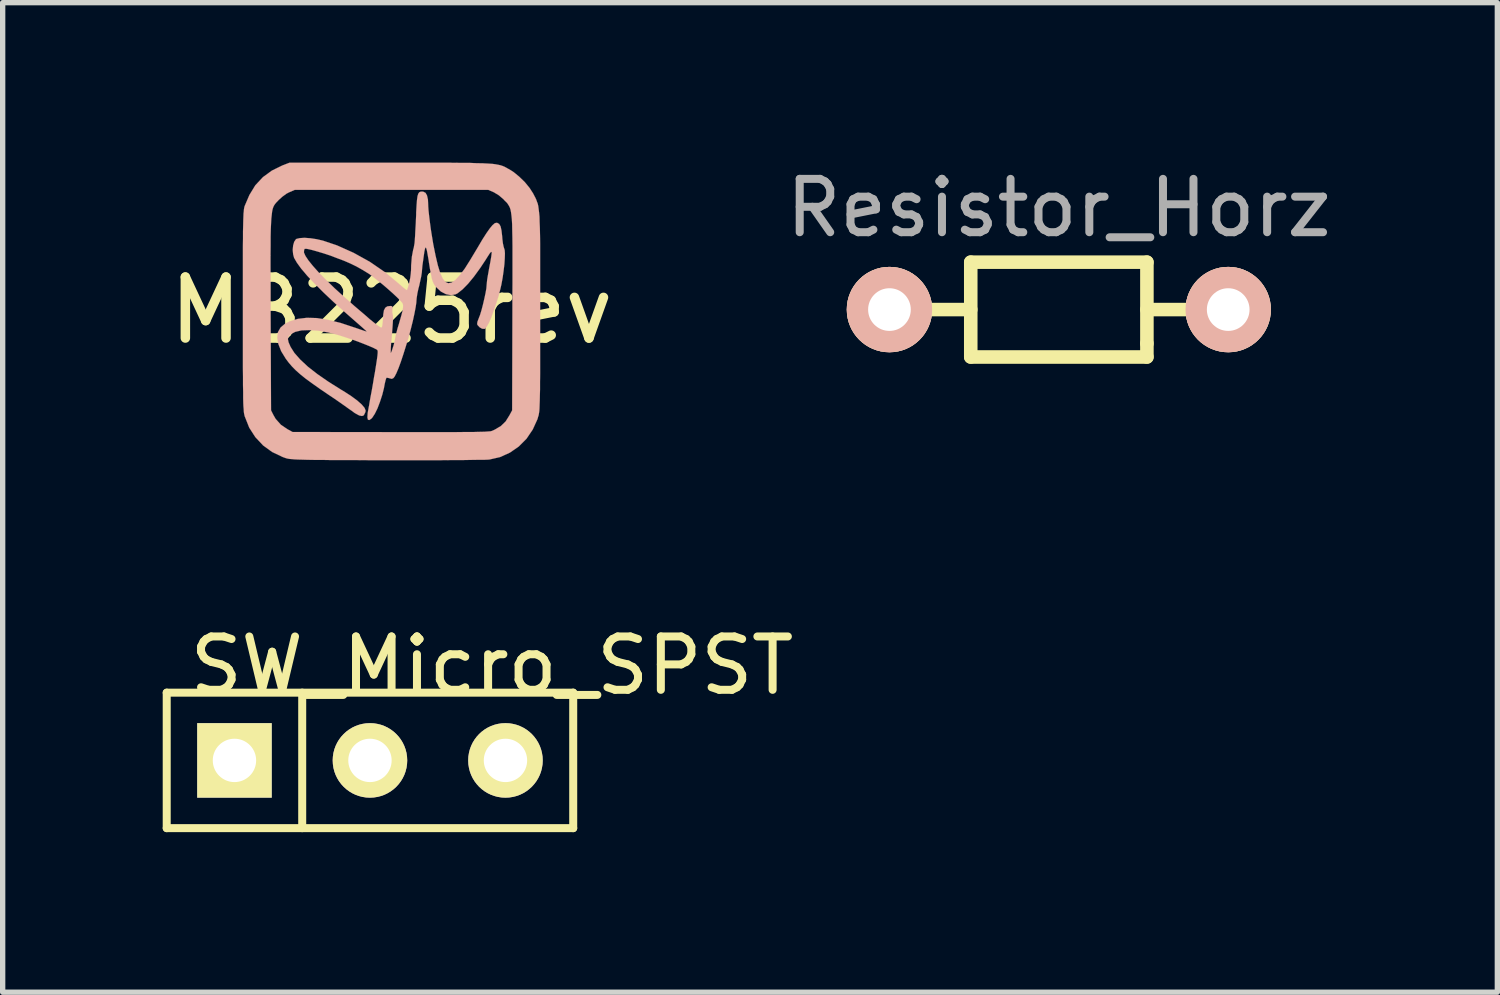
<source format=kicad_pcb>
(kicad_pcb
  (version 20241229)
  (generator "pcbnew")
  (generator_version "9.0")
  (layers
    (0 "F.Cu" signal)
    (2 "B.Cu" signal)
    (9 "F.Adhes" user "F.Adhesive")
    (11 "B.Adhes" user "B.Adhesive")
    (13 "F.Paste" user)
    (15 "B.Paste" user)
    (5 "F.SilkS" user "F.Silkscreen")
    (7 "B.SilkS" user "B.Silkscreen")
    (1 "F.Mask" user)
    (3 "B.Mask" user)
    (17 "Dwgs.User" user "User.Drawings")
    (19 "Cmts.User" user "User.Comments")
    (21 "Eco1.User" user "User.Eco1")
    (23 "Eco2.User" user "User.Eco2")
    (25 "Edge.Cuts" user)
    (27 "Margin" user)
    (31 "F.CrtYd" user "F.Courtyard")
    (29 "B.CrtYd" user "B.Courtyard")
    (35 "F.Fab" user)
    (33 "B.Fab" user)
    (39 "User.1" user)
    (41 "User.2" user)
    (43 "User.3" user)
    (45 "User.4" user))
  (footprint "SW_Micro_SPST"
    (layer "F.Cu")
    (at 3.885 11.204)
    (property "Reference" "SW_Micro_SPST" (at 2.286 -1.778 0) (layer "F.SilkS") (effects (font (size 1 1) (thickness 0.15))))
    (attr through_hole)
    (fp_line (start -3.81 -1.27) (end 3.81 -1.27) (stroke (width 0.15) (type solid)) (layer "F.SilkS"))
    (fp_line (start -3.81 1.27) (end -3.81 -1.27) (stroke (width 0.15) (type solid)) (layer "F.SilkS"))
    (fp_line (start -1.27 -1.27) (end -1.27 1.27) (stroke (width 0.15) (type solid)) (layer "F.SilkS"))
    (fp_line (start 3.81 -1.27) (end 3.81 1.27) (stroke (width 0.15) (type solid)) (layer "F.SilkS"))
    (fp_line (start 3.81 1.27) (end -3.81 1.27) (stroke (width 0.15) (type solid)) (layer "F.SilkS"))
    (pad "1" thru_hole rect (at -2.54 0) (size 1.397 1.397) (drill 0.813) (layers "*.Cu" "*.Mask" "F.SilkS"))
    (pad "2" thru_hole circle (at 0 0) (size 1.397 1.397) (drill 0.813) (layers "*.Cu" "*.Mask" "F.SilkS"))
    (pad "3" thru_hole circle (at 2.54 0) (size 1.397 1.397) (drill 0.813) (layers "*.Cu" "*.Mask" "F.SilkS")))
  (footprint "MB225rev"
    (layer "F.Cu")
    (at 4.289 2.767)
    (property "Reference" "MB225rev" (at 0 0 0) (layer "F.SilkS") (effects (font (size 1.143 1.143) (thickness 0.178))))
    (attr through_hole)
    (fp_poly (pts (xy -2.786 0.61) (xy -2.786 0.853) (xy -2.786 1.067) (xy -2.784 1.247) (xy -2.784 1.402) (xy -2.781 1.532) (xy -2.781 1.641) (xy -2.779 1.727) (xy -2.776 1.798) (xy -2.771 1.854) (xy -2.769 1.897) (xy -2.764 1.933) (xy -2.758 1.961) (xy -2.753 1.984) (xy -2.748 1.996) (xy -2.667 2.2) (xy -2.553 2.377) (xy -2.408 2.532) (xy -2.268 2.634) (xy -2.268 -0.81) (xy -2.268 -1.029) (xy -2.266 -1.217) (xy -2.266 -1.377) (xy -2.263 -1.511) (xy -2.258 -1.626) (xy -2.253 -1.717) (xy -2.245 -1.791) (xy -2.238 -1.852) (xy -2.228 -1.9) (xy -2.215 -1.938) (xy -2.2 -1.968) (xy -2.182 -1.994) (xy -2.162 -2.019) (xy -2.139 -2.042) (xy -2.113 -2.07) (xy -2.045 -2.131) (xy -1.968 -2.187) (xy -1.92 -2.212) (xy -1.814 -2.258) (xy 0 -2.258) (xy 1.814 -2.258) (xy 1.92 -2.212) (xy 2.012 -2.156) (xy 2.098 -2.083) (xy 2.116 -2.062) (xy 2.144 -2.035) (xy 2.167 -2.012) (xy 2.184 -1.986) (xy 2.202 -1.958) (xy 2.217 -1.928) (xy 2.23 -1.89) (xy 2.24 -1.841) (xy 2.248 -1.781) (xy 2.256 -1.704) (xy 2.261 -1.61) (xy 2.263 -1.496) (xy 2.266 -1.359) (xy 2.268 -1.199) (xy 2.268 -1.008) (xy 2.268 -0.787) (xy 2.268 -0.536) (xy 2.266 -0.246) (xy 2.266 0.053) (xy 2.261 1.875) (xy 2.212 1.966) (xy 2.139 2.083) (xy 2.05 2.169) (xy 1.933 2.238) (xy 1.875 2.263) (xy 1.854 2.268) (xy 1.811 2.271) (xy 1.742 2.276) (xy 1.651 2.278) (xy 1.534 2.281) (xy 1.387 2.281) (xy 1.209 2.283) (xy 1.001 2.283) (xy 0.757 2.283) (xy 0.478 2.283) (xy 0.16 2.283) (xy -0.02 2.283) (xy -1.854 2.281) (xy -1.948 2.23) (xy -2.073 2.146) (xy -2.172 2.035) (xy -2.212 1.966) (xy -2.258 1.875) (xy -2.266 0.051) (xy -2.266 -0.272) (xy -2.266 -0.559) (xy -2.268 -0.81) (xy -2.268 2.634) (xy -2.235 2.657) (xy -2.037 2.751) (xy -1.986 2.769) (xy -1.963 2.776) (xy -1.941 2.781) (xy -1.91 2.786) (xy -1.869 2.789) (xy -1.819 2.794) (xy -1.755 2.797) (xy -1.674 2.799) (xy -1.575 2.802) (xy -1.455 2.804) (xy -1.308 2.804) (xy -1.135 2.807) (xy -0.932 2.807) (xy -0.699 2.807) (xy -0.429 2.809) (xy -0.122 2.809) (xy -0.081 2.809) (xy 0.188 2.809) (xy 0.447 2.809) (xy 0.696 2.809) (xy 0.927 2.809) (xy 1.138 2.807) (xy 1.328 2.807) (xy 1.494 2.804) (xy 1.628 2.802) (xy 1.735 2.802) (xy 1.803 2.799) (xy 1.834 2.797) (xy 2.035 2.751) (xy 2.22 2.667) (xy 2.385 2.553) (xy 2.53 2.408) (xy 2.647 2.235) (xy 2.736 2.04) (xy 2.748 1.996) (xy 2.756 1.974) (xy 2.761 1.948) (xy 2.766 1.918) (xy 2.771 1.882) (xy 2.774 1.834) (xy 2.776 1.773) (xy 2.779 1.697) (xy 2.781 1.6) (xy 2.784 1.486) (xy 2.784 1.346) (xy 2.786 1.184) (xy 2.786 0.988) (xy 2.786 0.765) (xy 2.786 0.508) (xy 2.786 0.213) (xy 2.786 0.02) (xy 2.786 -0.302) (xy 2.786 -0.589) (xy 2.786 -0.841) (xy 2.786 -1.057) (xy 2.786 -1.245) (xy 2.784 -1.407) (xy 2.781 -1.544) (xy 2.776 -1.659) (xy 2.774 -1.755) (xy 2.766 -1.834) (xy 2.758 -1.9) (xy 2.751 -1.953) (xy 2.741 -1.999) (xy 2.725 -2.04) (xy 2.713 -2.075) (xy 2.695 -2.113) (xy 2.675 -2.151) (xy 2.654 -2.192) (xy 2.588 -2.294) (xy 2.499 -2.403) (xy 2.395 -2.504) (xy 2.289 -2.591) (xy 2.23 -2.629) (xy 2.189 -2.652) (xy 2.154 -2.672) (xy 2.121 -2.69) (xy 2.085 -2.705) (xy 2.047 -2.718) (xy 2.002 -2.728) (xy 1.948 -2.738) (xy 1.885 -2.746) (xy 1.803 -2.751) (xy 1.709 -2.756) (xy 1.593 -2.758) (xy 1.455 -2.764) (xy 1.293 -2.764) (xy 1.105 -2.766) (xy 0.886 -2.766) (xy 0.635 -2.766) (xy 0.348 -2.766) (xy 0.023 -2.766) (xy -0.02 -2.766) (xy -1.915 -2.766) (xy -2.047 -2.715) (xy -2.243 -2.619) (xy -2.41 -2.497) (xy -2.553 -2.344) (xy -2.664 -2.162) (xy -2.748 -1.966) (xy -2.756 -1.946) (xy -2.761 -1.923) (xy -2.766 -1.895) (xy -2.769 -1.859) (xy -2.774 -1.814) (xy -2.776 -1.758) (xy -2.779 -1.684) (xy -2.781 -1.593) (xy -2.784 -1.481) (xy -2.784 -1.346) (xy -2.786 -1.186) (xy -2.786 -0.998) (xy -2.786 -0.78) (xy -2.786 -0.528) (xy -2.786 -0.239) (xy -2.786 0.01) (xy -2.786 0.328) (xy -2.786 0.61)) (stroke (width 0.003) (type solid)) (fill yes) (layer "B.SilkS"))
    (fp_poly (pts (xy -2.141 0.516) (xy -2.121 0.632) (xy -2.068 0.767) (xy -1.981 0.909) (xy -1.925 0.983) (xy -1.864 1.054) (xy -1.796 1.123) (xy -1.714 1.196) (xy -1.613 1.278) (xy -1.491 1.367) (xy -1.344 1.471) (xy -1.196 1.572) (xy -1.085 1.646) (xy -0.978 1.72) (xy -0.884 1.786) (xy -0.81 1.839) (xy -0.759 1.875) (xy -0.754 1.877) (xy -0.693 1.923) (xy -0.63 1.958) (xy -0.605 1.971) (xy -0.556 1.981) (xy -0.528 1.974) (xy -0.513 1.956) (xy -0.49 1.908) (xy -0.485 1.88) (xy -0.505 1.829) (xy -0.559 1.765) (xy -0.645 1.689) (xy -0.762 1.603) (xy -0.909 1.509) (xy -0.94 1.491) (xy -1.179 1.341) (xy -1.389 1.196) (xy -1.567 1.057) (xy -1.712 0.922) (xy -1.821 0.798) (xy -1.892 0.686) (xy -1.93 0.599) (xy -1.943 0.536) (xy -1.928 0.488) (xy -1.892 0.45) (xy -1.806 0.404) (xy -1.689 0.376) (xy -1.544 0.371) (xy -1.377 0.381) (xy -1.191 0.414) (xy -1.062 0.445) (xy -0.973 0.47) (xy -0.864 0.505) (xy -0.747 0.544) (xy -0.627 0.587) (xy -0.516 0.63) (xy -0.414 0.671) (xy -0.335 0.706) (xy -0.284 0.732) (xy -0.274 0.737) (xy -0.264 0.747) (xy -0.259 0.767) (xy -0.259 0.8) (xy -0.264 0.853) (xy -0.274 0.927) (xy -0.29 1.031) (xy -0.312 1.168) (xy -0.325 1.237) (xy -0.348 1.377) (xy -0.371 1.509) (xy -0.394 1.628) (xy -0.411 1.725) (xy -0.422 1.793) (xy -0.427 1.814) (xy -0.447 1.928) (xy -0.452 2.007) (xy -0.442 2.05) (xy -0.417 2.057) (xy -0.376 2.029) (xy -0.358 2.009) (xy -0.312 1.938) (xy -0.262 1.836) (xy -0.216 1.714) (xy -0.173 1.582) (xy -0.142 1.458) (xy -0.127 1.377) (xy -0.112 1.313) (xy -0.099 1.273) (xy -0.097 1.265) (xy -0.071 1.265) (xy -0.033 1.275) (xy 0.005 1.285) (xy 0.036 1.27) (xy 0.058 1.242) (xy 0.091 1.179) (xy 0.13 1.087) (xy 0.175 0.965) (xy 0.221 0.826) (xy 0.269 0.673) (xy 0.318 0.513) (xy 0.361 0.353) (xy 0.399 0.201) (xy 0.429 0.064) (xy 0.452 -0.056) (xy 0.465 -0.145) (xy 0.467 -0.178) (xy 0.472 -0.234) (xy 0.485 -0.318) (xy 0.505 -0.411) (xy 0.518 -0.457) (xy 0.538 -0.549) (xy 0.556 -0.632) (xy 0.566 -0.696) (xy 0.569 -0.716) (xy 0.572 -0.762) (xy 0.579 -0.838) (xy 0.592 -0.93) (xy 0.602 -1.003) (xy 0.615 -1.095) (xy 0.627 -1.153) (xy 0.638 -1.179) (xy 0.65 -1.168) (xy 0.663 -1.123) (xy 0.678 -1.041) (xy 0.699 -0.919) (xy 0.699 -0.912) (xy 0.721 -0.775) (xy 0.742 -0.671) (xy 0.757 -0.594) (xy 0.775 -0.538) (xy 0.795 -0.495) (xy 0.818 -0.457) (xy 0.843 -0.429) (xy 0.927 -0.351) (xy 1.021 -0.302) (xy 1.115 -0.284) (xy 1.201 -0.3) (xy 1.237 -0.318) (xy 1.333 -0.394) (xy 1.435 -0.498) (xy 1.544 -0.63) (xy 1.666 -0.798) (xy 1.758 -0.937) (xy 1.806 -1.013) (xy 1.841 -1.067) (xy 1.864 -1.095) (xy 1.877 -1.095) (xy 1.877 -1.064) (xy 1.869 -1.001) (xy 1.852 -0.902) (xy 1.826 -0.767) (xy 1.826 -0.762) (xy 1.808 -0.663) (xy 1.793 -0.574) (xy 1.786 -0.505) (xy 1.783 -0.472) (xy 1.778 -0.411) (xy 1.763 -0.325) (xy 1.74 -0.218) (xy 1.714 -0.107) (xy 1.687 -0.003) (xy 1.659 0.089) (xy 1.636 0.147) (xy 1.61 0.216) (xy 1.605 0.259) (xy 1.615 0.279) (xy 1.654 0.32) (xy 1.699 0.345) (xy 1.742 0.348) (xy 1.755 0.343) (xy 1.788 0.3) (xy 1.829 0.226) (xy 1.872 0.127) (xy 1.915 0.005) (xy 1.961 -0.127) (xy 2.004 -0.262) (xy 2.04 -0.399) (xy 2.06 -0.485) (xy 2.083 -0.612) (xy 2.101 -0.739) (xy 2.116 -0.864) (xy 2.123 -0.973) (xy 2.126 -1.067) (xy 2.121 -1.13) (xy 2.111 -1.161) (xy 2.101 -1.194) (xy 2.088 -1.255) (xy 2.078 -1.336) (xy 2.075 -1.379) (xy 2.062 -1.494) (xy 2.045 -1.572) (xy 2.019 -1.618) (xy 1.986 -1.638) (xy 1.963 -1.641) (xy 1.933 -1.631) (xy 1.892 -1.595) (xy 1.844 -1.537) (xy 1.781 -1.448) (xy 1.704 -1.328) (xy 1.613 -1.173) (xy 1.59 -1.135) (xy 1.473 -0.94) (xy 1.372 -0.78) (xy 1.28 -0.658) (xy 1.199 -0.569) (xy 1.128 -0.521) (xy 1.064 -0.508) (xy 1.008 -0.533) (xy 0.958 -0.597) (xy 0.912 -0.701) (xy 0.869 -0.841) (xy 0.826 -1.024) (xy 0.782 -1.242) (xy 0.759 -1.382) (xy 0.737 -1.519) (xy 0.719 -1.654) (xy 0.704 -1.778) (xy 0.693 -1.88) (xy 0.688 -1.953) (xy 0.688 -1.958) (xy 0.683 -2.075) (xy 0.665 -2.154) (xy 0.638 -2.202) (xy 0.592 -2.225) (xy 0.587 -2.225) (xy 0.551 -2.225) (xy 0.523 -2.215) (xy 0.503 -2.189) (xy 0.488 -2.144) (xy 0.478 -2.073) (xy 0.47 -1.971) (xy 0.462 -1.834) (xy 0.462 -1.796) (xy 0.455 -1.631) (xy 0.447 -1.499) (xy 0.442 -1.397) (xy 0.437 -1.321) (xy 0.432 -1.26) (xy 0.424 -1.214) (xy 0.417 -1.173) (xy 0.406 -1.135) (xy 0.381 -1.003) (xy 0.368 -0.843) (xy 0.366 -0.747) (xy 0.361 -0.686) (xy 0.351 -0.607) (xy 0.333 -0.523) (xy 0.315 -0.447) (xy 0.297 -0.391) (xy 0.29 -0.378) (xy 0.272 -0.386) (xy 0.234 -0.414) (xy 0.178 -0.462) (xy 0.135 -0.5) (xy -0.122 -0.714) (xy -0.406 -0.909) (xy -0.709 -1.077) (xy -1.021 -1.217) (xy -1.285 -1.306) (xy -1.402 -1.333) (xy -1.519 -1.351) (xy -1.628 -1.359) (xy -1.717 -1.354) (xy -1.781 -1.339) (xy -1.793 -1.331) (xy -1.824 -1.285) (xy -1.844 -1.217) (xy -1.852 -1.133) (xy -1.844 -1.049) (xy -1.826 -0.983) (xy -1.773 -0.892) (xy -1.692 -0.78) (xy -1.641 -0.721) (xy -1.641 -1.097) (xy -1.638 -1.135) (xy -1.626 -1.153) (xy -1.59 -1.153) (xy -1.554 -1.146) (xy -1.486 -1.13) (xy -1.387 -1.102) (xy -1.27 -1.067) (xy -1.14 -1.024) (xy -1.013 -0.975) (xy -0.892 -0.93) (xy -0.79 -0.886) (xy -0.757 -0.871) (xy -0.653 -0.82) (xy -0.541 -0.757) (xy -0.437 -0.693) (xy -0.417 -0.681) (xy -0.343 -0.625) (xy -0.254 -0.556) (xy -0.16 -0.48) (xy -0.066 -0.399) (xy 0.023 -0.32) (xy 0.102 -0.246) (xy 0.163 -0.185) (xy 0.203 -0.14) (xy 0.213 -0.122) (xy 0.218 -0.089) (xy 0.216 -0.046) (xy 0.206 0.013) (xy 0.185 0.094) (xy 0.152 0.208) (xy 0.142 0.244) (xy 0.114 0.335) (xy 0.091 0.424) (xy 0.076 0.493) (xy 0.071 0.516) (xy 0.058 0.582) (xy 0.041 0.65) (xy 0.02 0.716) (xy 0.003 0.767) (xy -0.01 0.795) (xy -0.015 0.795) (xy -0.015 0.767) (xy -0.013 0.709) (xy -0.008 0.622) (xy 0.003 0.518) (xy 0.008 0.445) (xy 0.018 0.323) (xy 0.025 0.221) (xy 0.028 0.142) (xy 0.025 0.094) (xy 0.023 0.084) (xy 0.013 0.041) (xy 0.015 -0.015) (xy 0.018 -0.061) (xy 0.005 -0.079) (xy -0.023 -0.081) (xy -0.079 -0.074) (xy -0.117 -0.048) (xy -0.142 0) (xy -0.155 0.079) (xy -0.157 0.15) (xy -0.165 0.236) (xy -0.173 0.297) (xy -0.185 0.323) (xy -0.188 0.325) (xy -0.203 0.32) (xy -0.231 0.305) (xy -0.272 0.274) (xy -0.33 0.229) (xy -0.406 0.168) (xy -0.505 0.081) (xy -0.63 -0.025) (xy -0.699 -0.084) (xy -0.894 -0.257) (xy -1.072 -0.419) (xy -1.229 -0.572) (xy -1.364 -0.709) (xy -1.473 -0.831) (xy -1.557 -0.935) (xy -1.613 -1.019) (xy -1.641 -1.082) (xy -1.641 -1.097) (xy -1.641 -0.721) (xy -1.58 -0.648) (xy -1.44 -0.5) (xy -1.275 -0.335) (xy -1.087 -0.157) (xy -0.879 0.03) (xy -0.815 0.086) (xy -0.716 0.173) (xy -0.627 0.251) (xy -0.554 0.315) (xy -0.5 0.363) (xy -0.47 0.391) (xy -0.465 0.396) (xy -0.483 0.394) (xy -0.531 0.378) (xy -0.605 0.353) (xy -0.691 0.323) (xy -0.693 0.323) (xy -0.955 0.236) (xy -1.191 0.178) (xy -1.4 0.145) (xy -1.587 0.14) (xy -1.755 0.16) (xy -1.905 0.206) (xy -1.999 0.254) (xy -2.08 0.323) (xy -2.129 0.409) (xy -2.141 0.516)) (stroke (width 0.003) (type solid)) (fill yes) (layer "B.SilkS")))
  (footprint "Resistor_Horz"
    (layer "F.Cu")
    (at 16.798 2.753)
    (property "Reference" "Resistor_Horz" (at 0 -1.905 0) (layer "F.Fab") (effects (font (size 1 1) (thickness 0.15))))
    (attr through_hole)
    (fp_line (start -1.651 -0.889) (end 1.651 -0.889) (stroke (width 0.254) (type solid)) (layer "F.SilkS"))
    (fp_line (start -1.651 0) (end -2.413 0) (stroke (width 0.254) (type solid)) (layer "F.SilkS"))
    (fp_line (start -1.651 0.889) (end -1.651 -0.889) (stroke (width 0.254) (type solid)) (layer "F.SilkS"))
    (fp_line (start 1.651 -0.889) (end 1.651 0.635) (stroke (width 0.254) (type solid)) (layer "F.SilkS"))
    (fp_line (start 1.651 0) (end 2.413 0) (stroke (width 0.254) (type solid)) (layer "F.SilkS"))
    (fp_line (start 1.651 0.889) (end -1.651 0.889) (stroke (width 0.254) (type solid)) (layer "F.SilkS"))
    (fp_line (start 1.651 0.889) (end 1.651 0.635) (stroke (width 0.254) (type solid)) (layer "F.SilkS"))
    (pad "1" thru_hole circle (at -3.175 0) (size 1.6 1.6) (drill 0.8) (layers "*.Cu" "*.SilkS" "*.Mask"))
    (pad "2" thru_hole circle (at 3.175 0) (size 1.6 1.6) (drill 0.8) (layers "*.Cu" "*.SilkS" "*.Mask")))
  (gr_rect
    (start -3 -3)
    (end 25.018 15.549)
    (stroke (width 0.1) (type default))
    (fill no)
    (layer "Edge.Cuts")))
</source>
